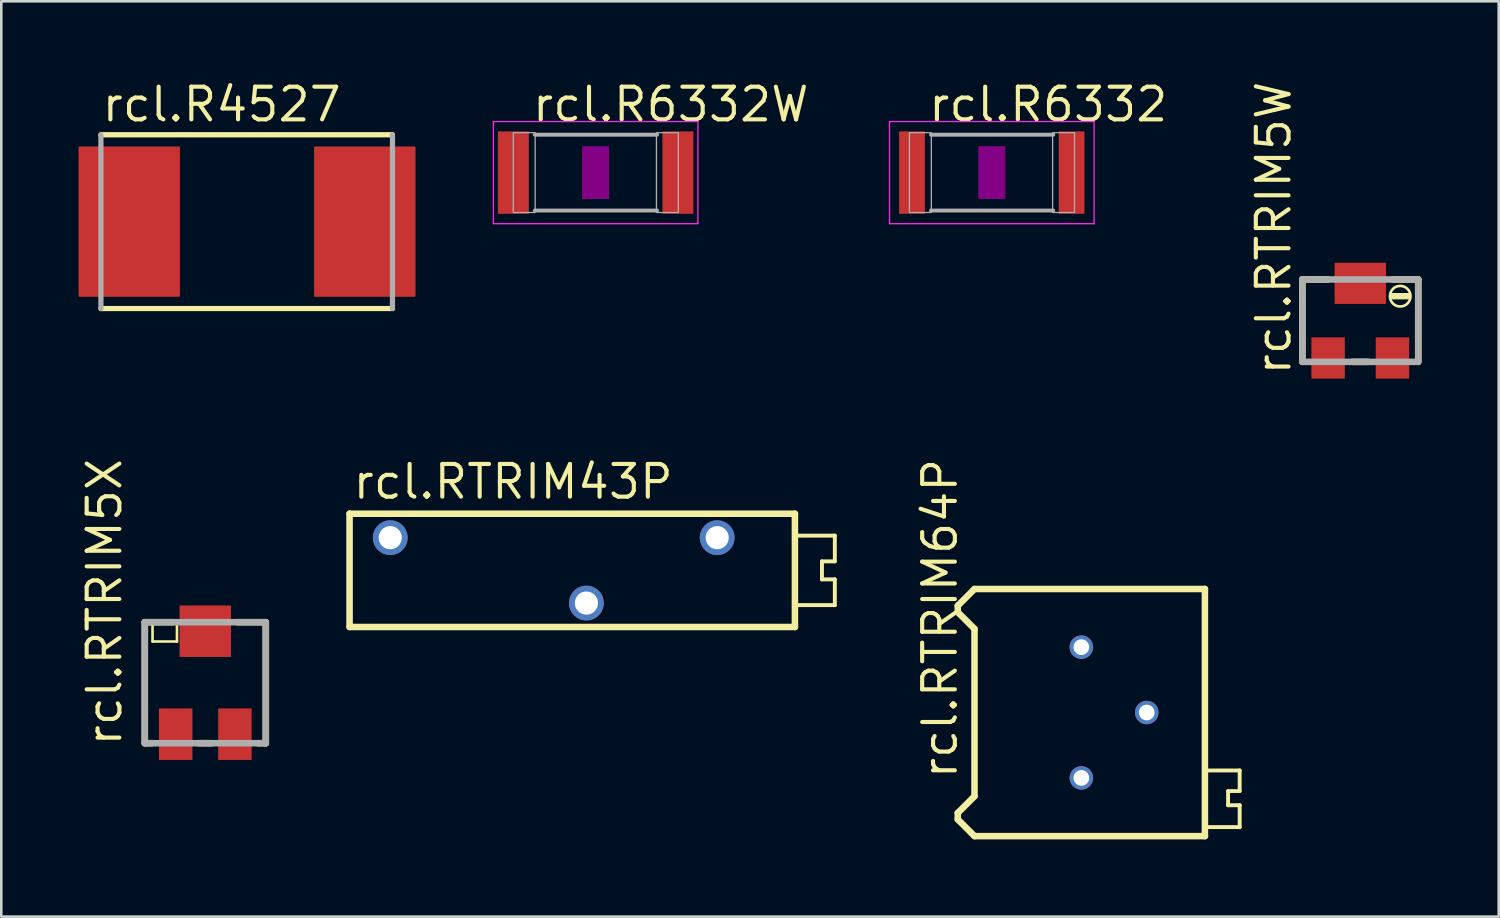
<source format=kicad_pcb>
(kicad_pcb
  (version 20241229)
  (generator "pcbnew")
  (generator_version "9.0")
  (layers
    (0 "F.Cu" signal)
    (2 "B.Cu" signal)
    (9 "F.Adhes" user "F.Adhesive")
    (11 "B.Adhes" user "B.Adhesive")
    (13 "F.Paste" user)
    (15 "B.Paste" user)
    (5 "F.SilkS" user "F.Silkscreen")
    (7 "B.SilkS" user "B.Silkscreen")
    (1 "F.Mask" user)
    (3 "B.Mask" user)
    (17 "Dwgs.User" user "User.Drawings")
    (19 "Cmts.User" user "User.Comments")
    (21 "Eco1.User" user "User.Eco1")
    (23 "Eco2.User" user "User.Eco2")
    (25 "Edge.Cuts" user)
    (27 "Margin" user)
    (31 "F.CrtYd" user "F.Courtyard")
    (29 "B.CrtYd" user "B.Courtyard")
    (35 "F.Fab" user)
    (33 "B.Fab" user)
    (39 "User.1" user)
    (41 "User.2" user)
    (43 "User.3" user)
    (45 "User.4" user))
  (footprint "rcl.R6332W"
    (layer "F.Cu")
    (at 20.088 3.655)
    (property "Reference" "rcl.R6332W" (at -2.54 -1.905 0) (layer "F.SilkS") (effects (font (size 1.27 1.27) (thickness 0.16)) (justify left bottom)))
    (attr smd)
    (fp_rect (start -0.5 1) (end 0.5 -1) (stroke (width 0.05) (type default)) (fill yes) (layer "F.Adhes"))
    (fp_line (start -3.973 -1.983) (end 3.973 -1.983) (stroke (width 0.051) (type default)) (layer "F.CrtYd"))
    (fp_line (start -3.973 1.983) (end -3.973 -1.983) (stroke (width 0.051) (type default)) (layer "F.CrtYd"))
    (fp_line (start 3.973 -1.983) (end 3.973 1.983) (stroke (width 0.051) (type default)) (layer "F.CrtYd"))
    (fp_line (start 3.973 1.983) (end -3.973 1.983) (stroke (width 0.051) (type default)) (layer "F.CrtYd"))
    (fp_line (start -2.362 -1.473) (end 2.387 -1.473) (stroke (width 0.152) (type default)) (layer "F.Fab"))
    (fp_line (start -2.362 1.473) (end 2.387 1.473) (stroke (width 0.152) (type default)) (layer "F.Fab"))
    (fp_rect (start -3.2 1.549) (end -2.35 -1.551) (stroke (width 0.05) (type default)) (fill no) (layer "F.Fab"))
    (fp_rect (start 2.362 1.549) (end 3.212 -1.551) (stroke (width 0.05) (type default)) (fill no) (layer "F.Fab"))
    (pad "1" smd roundrect (at -3.196 0) (size 1.2 3.2) (layers "F.Cu" "F.Mask" "F.Paste") (roundrect_rratio 0.01))
    (pad "2" smd roundrect (at 3.196 0) (size 1.2 3.2) (layers "F.Cu" "F.Mask" "F.Paste") (roundrect_rratio 0.01)))
  (footprint "rcl.RTRIM5X"
    (layer "F.Cu")
    (at 4.925 23.469)
    (property "Reference" "rcl.RTRIM5X" (at -3.175 2.54 90) (layer "F.SilkS") (effects (font (size 1.27 1.27) (thickness 0.16)) (justify left bottom)))
    (attr smd)
    (fp_line (start -2.35 -2.35) (end -1.25 -2.35) (stroke (width 0.254) (type default)) (layer "F.SilkS"))
    (fp_line (start -2.35 2.35) (end -2.35 -2.35) (stroke (width 0.254) (type default)) (layer "F.SilkS"))
    (fp_line (start -2.05 -1.6) (end -2.05 -2.25) (stroke (width 0.102) (type default)) (layer "F.SilkS"))
    (fp_line (start -2.05 2.35) (end -2.35 2.35) (stroke (width 0.254) (type default)) (layer "F.SilkS"))
    (fp_line (start -1.1 -2.25) (end -1.1 -1.6) (stroke (width 0.102) (type default)) (layer "F.SilkS"))
    (fp_line (start -1.1 -1.6) (end -2.05 -1.6) (stroke (width 0.102) (type default)) (layer "F.SilkS"))
    (fp_line (start 0.25 2.35) (end -0.25 2.35) (stroke (width 0.254) (type default)) (layer "F.SilkS"))
    (fp_line (start 1.25 -2.35) (end 2.35 -2.35) (stroke (width 0.254) (type default)) (layer "F.SilkS"))
    (fp_line (start 2.35 -2.35) (end 2.35 2.35) (stroke (width 0.254) (type default)) (layer "F.SilkS"))
    (fp_line (start 2.35 2.35) (end 2.05 2.35) (stroke (width 0.254) (type default)) (layer "F.SilkS"))
    (fp_line (start -2.35 -2.35) (end -2.35 2.35) (stroke (width 0.254) (type default)) (layer "F.Fab"))
    (fp_line (start -2.35 2.35) (end 2.35 2.35) (stroke (width 0.254) (type default)) (layer "F.Fab"))
    (fp_line (start 2.35 -2.35) (end -2.35 -2.35) (stroke (width 0.254) (type default)) (layer "F.Fab"))
    (fp_line (start 2.35 2.35) (end 2.35 -2.35) (stroke (width 0.254) (type default)) (layer "F.Fab"))
    (pad "1" smd roundrect (at -1.15 2) (size 1.3 2) (layers "F.Cu" "F.Mask" "F.Paste") (roundrect_rratio 0.01))
    (pad "2" smd roundrect (at 0 -2) (size 2 2) (layers "F.Cu" "F.Mask" "F.Paste") (roundrect_rratio 0.01))
    (pad "3" smd roundrect (at 1.15 2) (size 1.3 2) (layers "F.Cu" "F.Mask" "F.Paste") (roundrect_rratio 0.01)))
  (footprint "rcl.RTRIM5W"
    (layer "F.Cu")
    (at 49.791 9.406)
    (property "Reference" "rcl.RTRIM5W" (at -2.625 2.19 90) (layer "F.SilkS") (effects (font (size 1.27 1.27) (thickness 0.16)) (justify left bottom)))
    (attr smd)
    (fp_line (start -2.25 -1.6) (end -2.25 1.6) (stroke (width 0.254) (type default)) (layer "F.SilkS"))
    (fp_line (start -1.25 -1.6) (end -2.25 -1.6) (stroke (width 0.254) (type default)) (layer "F.SilkS"))
    (fp_line (start -0.3 1.6) (end 0.3 1.6) (stroke (width 0.254) (type default)) (layer "F.SilkS"))
    (fp_line (start 1.25 -1.6) (end 2.25 -1.6) (stroke (width 0.254) (type default)) (layer "F.SilkS"))
    (fp_line (start 2.25 -1.6) (end 2.25 1.6) (stroke (width 0.254) (type default)) (layer "F.SilkS"))
    (fp_rect (start 1.15 -0.85) (end 1.95 -1.05) (stroke (width 0.05) (type default)) (fill yes) (layer "F.SilkS"))
    (fp_circle (center 1.55 -0.95) (end 1.95 -0.95) (stroke (width 0.102) (type default)) (fill no) (layer "F.SilkS"))
    (fp_line (start -2.25 -1.6) (end -2.25 1.6) (stroke (width 0.254) (type default)) (layer "F.Fab"))
    (fp_line (start -2.25 1.6) (end 2.25 1.6) (stroke (width 0.254) (type default)) (layer "F.Fab"))
    (fp_line (start 2.25 -1.6) (end -2.25 -1.6) (stroke (width 0.254) (type default)) (layer "F.Fab"))
    (fp_line (start 2.25 1.6) (end 2.25 -1.6) (stroke (width 0.254) (type default)) (layer "F.Fab"))
    (pad "1" smd roundrect (at -1.25 1.45) (size 1.3 1.6) (layers "F.Cu" "F.Mask" "F.Paste") (roundrect_rratio 0.01))
    (pad "2" smd roundrect (at 0 -1.45) (size 2 1.6) (layers "F.Cu" "F.Mask" "F.Paste") (roundrect_rratio 0.01))
    (pad "3" smd roundrect (at 1.25 1.45) (size 1.3 1.6) (layers "F.Cu" "F.Mask" "F.Paste") (roundrect_rratio 0.01)))
  (footprint "rcl.RTRIM43P"
    (layer "F.Cu")
    (at 19.729 19.106)
    (property "Reference" "rcl.RTRIM43P" (at -9.15 -2.7 0) (layer "F.SilkS") (effects (font (size 1.27 1.27) (thickness 0.16)) (justify left bottom)))
    (attr through_hole)
    (fp_line (start -9.2 -2.2) (end -9.2 2.2) (stroke (width 0.254) (type default)) (layer "F.SilkS"))
    (fp_line (start -9.2 2.2) (end 8.1 2.2) (stroke (width 0.254) (type default)) (layer "F.SilkS"))
    (fp_line (start 8.1 -2.2) (end -9.2 -2.2) (stroke (width 0.254) (type default)) (layer "F.SilkS"))
    (fp_line (start 8.1 2.2) (end 8.1 -2.2) (stroke (width 0.254) (type default)) (layer "F.SilkS"))
    (fp_line (start 8.2 -1.35) (end 9.65 -1.35) (stroke (width 0.152) (type default)) (layer "F.SilkS"))
    (fp_line (start 9.15 -0.35) (end 9.15 0.35) (stroke (width 0.152) (type default)) (layer "F.SilkS"))
    (fp_line (start 9.15 0.35) (end 9.65 0.35) (stroke (width 0.152) (type default)) (layer "F.SilkS"))
    (fp_line (start 9.65 -1.35) (end 9.65 -0.35) (stroke (width 0.152) (type default)) (layer "F.SilkS"))
    (fp_line (start 9.65 -0.35) (end 9.15 -0.35) (stroke (width 0.152) (type default)) (layer "F.SilkS"))
    (fp_line (start 9.65 0.35) (end 9.65 1.35) (stroke (width 0.152) (type default)) (layer "F.SilkS"))
    (fp_line (start 9.65 1.35) (end 8.2 1.35) (stroke (width 0.152) (type default)) (layer "F.SilkS"))
    (pad "1" thru_hole circle (at -7.62 -1.27) (size 1.35 1.35) (drill 0.9) (layers "*.Cu" "*.Mask"))
    (pad "2" thru_hole circle (at 0 1.27) (size 1.35 1.35) (drill 0.9) (layers "*.Cu" "*.Mask"))
    (pad "3" thru_hole circle (at 5.08 -1.27) (size 1.35 1.35) (drill 0.9) (layers "*.Cu" "*.Mask")))
  (footprint "rcl.RTRIM64P"
    (layer "F.Cu")
    (at 38.955 24.629)
    (property "Reference" "rcl.RTRIM64P" (at -4.75 2.65 90) (layer "F.SilkS") (effects (font (size 1.27 1.27) (thickness 0.16)) (justify left bottom)))
    (attr through_hole)
    (fp_line (start -4.8 -4.15) (end -4.15 -4.8) (stroke (width 0.254) (type default)) (layer "F.SilkS"))
    (fp_line (start -4.8 -3.9) (end -4.8 -4.15) (stroke (width 0.254) (type default)) (layer "F.SilkS"))
    (fp_line (start -4.8 3.9) (end -4.15 3.25) (stroke (width 0.254) (type default)) (layer "F.SilkS"))
    (fp_line (start -4.8 4.15) (end -4.8 3.9) (stroke (width 0.254) (type default)) (layer "F.SilkS"))
    (fp_line (start -4.15 -4.8) (end 4.8 -4.8) (stroke (width 0.254) (type default)) (layer "F.SilkS"))
    (fp_line (start -4.15 -3.25) (end -4.8 -3.9) (stroke (width 0.254) (type default)) (layer "F.SilkS"))
    (fp_line (start -4.15 3.25) (end -4.15 -3.25) (stroke (width 0.254) (type default)) (layer "F.SilkS"))
    (fp_line (start -4.15 4.8) (end -4.8 4.15) (stroke (width 0.254) (type default)) (layer "F.SilkS"))
    (fp_line (start 4.8 -4.8) (end 4.8 4.8) (stroke (width 0.254) (type default)) (layer "F.SilkS"))
    (fp_line (start 4.8 4.8) (end -4.15 4.8) (stroke (width 0.254) (type default)) (layer "F.SilkS"))
    (fp_line (start 4.95 2.25) (end 6.15 2.25) (stroke (width 0.152) (type default)) (layer "F.SilkS"))
    (fp_line (start 5.7 3.05) (end 5.7 3.6) (stroke (width 0.152) (type default)) (layer "F.SilkS"))
    (fp_line (start 5.7 3.6) (end 6.15 3.6) (stroke (width 0.152) (type default)) (layer "F.SilkS"))
    (fp_line (start 6.15 2.25) (end 6.15 3.05) (stroke (width 0.152) (type default)) (layer "F.SilkS"))
    (fp_line (start 6.15 3.05) (end 5.7 3.05) (stroke (width 0.152) (type default)) (layer "F.SilkS"))
    (fp_line (start 6.15 3.6) (end 6.15 4.45) (stroke (width 0.152) (type default)) (layer "F.SilkS"))
    (fp_line (start 6.15 4.45) (end 4.95 4.45) (stroke (width 0.152) (type default)) (layer "F.SilkS"))
    (pad "1" thru_hole circle (at 0 2.54) (size 0.914 0.914) (drill 0.61) (layers "*.Cu" "*.Mask"))
    (pad "2" thru_hole circle (at 2.54 0) (size 0.914 0.914) (drill 0.61) (layers "*.Cu" "*.Mask"))
    (pad "3" thru_hole circle (at 0 -2.54) (size 0.914 0.914) (drill 0.61) (layers "*.Cu" "*.Mask")))
  (footprint "rcl.R6332"
    (layer "F.Cu")
    (at 35.477 3.655)
    (property "Reference" "rcl.R6332" (at -2.54 -1.905 0) (layer "F.SilkS") (effects (font (size 1.27 1.27) (thickness 0.16)) (justify left bottom)))
    (attr smd)
    (fp_rect (start -0.5 1) (end 0.5 -1) (stroke (width 0.05) (type default)) (fill yes) (layer "F.Adhes"))
    (fp_line (start -3.973 -1.983) (end 3.973 -1.983) (stroke (width 0.051) (type default)) (layer "F.CrtYd"))
    (fp_line (start -3.973 1.983) (end -3.973 -1.983) (stroke (width 0.051) (type default)) (layer "F.CrtYd"))
    (fp_line (start 3.973 -1.983) (end 3.973 1.983) (stroke (width 0.051) (type default)) (layer "F.CrtYd"))
    (fp_line (start 3.973 1.983) (end -3.973 1.983) (stroke (width 0.051) (type default)) (layer "F.CrtYd"))
    (fp_line (start -2.362 -1.473) (end 2.387 -1.473) (stroke (width 0.152) (type default)) (layer "F.Fab"))
    (fp_line (start -2.362 1.473) (end 2.387 1.473) (stroke (width 0.152) (type default)) (layer "F.Fab"))
    (fp_rect (start -3.2 1.549) (end -2.35 -1.551) (stroke (width 0.05) (type default)) (fill no) (layer "F.Fab"))
    (fp_rect (start 2.362 1.549) (end 3.212 -1.551) (stroke (width 0.05) (type default)) (fill no) (layer "F.Fab"))
    (pad "1" smd roundrect (at -3.1 0) (size 1 3.2) (layers "F.Cu" "F.Mask" "F.Paste") (roundrect_rratio 0.01))
    (pad "2" smd roundrect (at 3.1 0) (size 1 3.2) (layers "F.Cu" "F.Mask" "F.Paste") (roundrect_rratio 0.01)))
  (footprint "rcl.R4527"
    (layer "F.Cu")
    (at 6.545 5.56)
    (property "Reference" "rcl.R4527" (at -5.715 -3.81 0) (layer "F.SilkS") (effects (font (size 1.27 1.27) (thickness 0.16)) (justify left bottom)))
    (attr smd)
    (fp_line (start -5.675 3.375) (end 5.65 3.375) (stroke (width 0.203) (type default)) (layer "F.SilkS"))
    (fp_line (start 5.65 -3.375) (end -5.675 -3.375) (stroke (width 0.203) (type default)) (layer "F.SilkS"))
    (fp_line (start -5.675 -3.375) (end -5.675 3.375) (stroke (width 0.203) (type default)) (layer "F.Fab"))
    (fp_line (start 5.65 3.375) (end 5.65 -3.375) (stroke (width 0.203) (type default)) (layer "F.Fab"))
    (pad "1" smd roundrect (at -4.575 0) (size 3.94 5.84) (layers "F.Cu" "F.Mask" "F.Paste") (roundrect_rratio 0.01))
    (pad "2" smd roundrect (at 4.575 0) (size 3.94 5.84) (layers "F.Cu" "F.Mask" "F.Paste") (roundrect_rratio 0.01)))
  (gr_rect
    (start -3 -3)
    (end 55.168 32.556)
    (stroke (width 0.1) (type default))
    (fill no)
    (layer "Edge.Cuts")))
</source>
